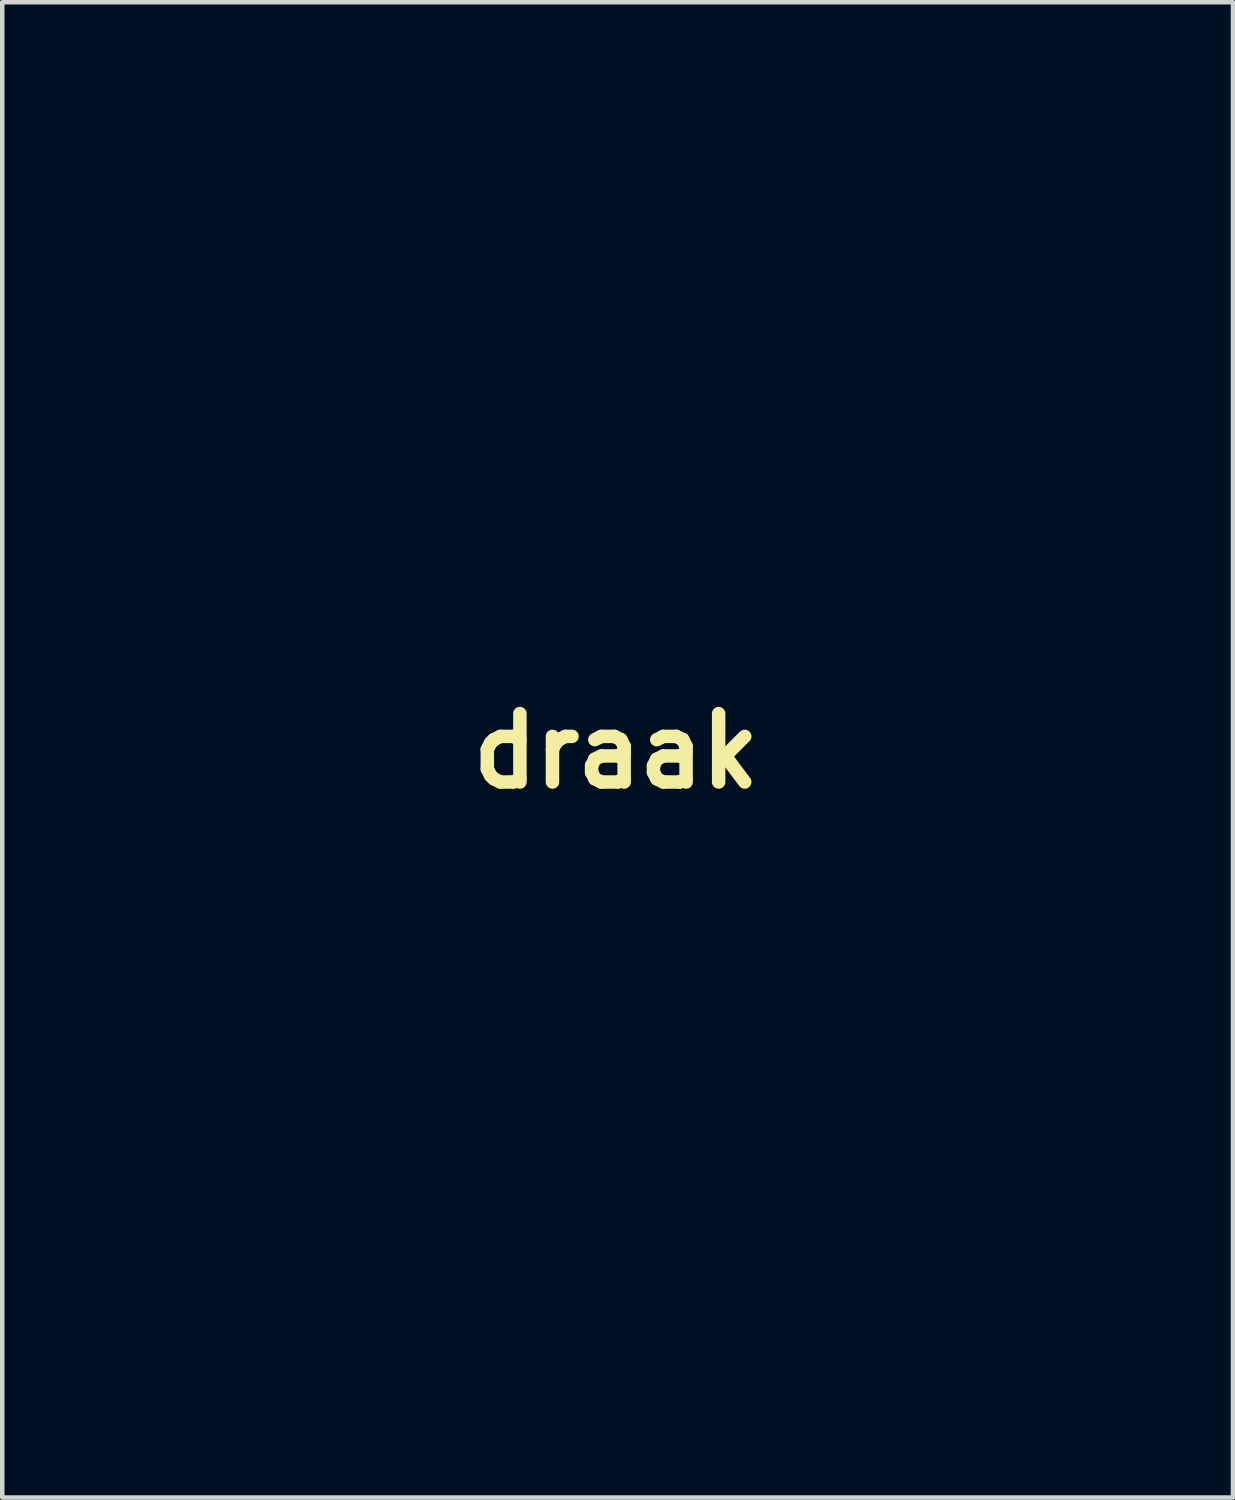
<source format=kicad_pcb>
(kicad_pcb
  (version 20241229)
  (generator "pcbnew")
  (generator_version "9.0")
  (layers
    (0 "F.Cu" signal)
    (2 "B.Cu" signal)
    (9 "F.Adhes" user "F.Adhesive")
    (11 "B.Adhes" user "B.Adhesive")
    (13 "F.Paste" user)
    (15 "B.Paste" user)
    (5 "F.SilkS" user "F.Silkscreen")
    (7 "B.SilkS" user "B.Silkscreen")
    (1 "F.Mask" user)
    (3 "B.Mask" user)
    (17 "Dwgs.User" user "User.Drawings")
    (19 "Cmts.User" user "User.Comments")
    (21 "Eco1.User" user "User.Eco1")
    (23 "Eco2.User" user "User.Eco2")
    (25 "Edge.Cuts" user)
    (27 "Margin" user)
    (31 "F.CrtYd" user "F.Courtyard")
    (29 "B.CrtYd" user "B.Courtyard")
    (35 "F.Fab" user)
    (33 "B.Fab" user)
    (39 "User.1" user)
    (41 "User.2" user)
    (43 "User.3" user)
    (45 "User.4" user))
  (footprint "draak"
    (layer "F.Cu")
    (at 10.671 13.679)
    (property "Reference" "draak" (at 0 0 0) (layer "F.SilkS") (effects (font (size 1.524 1.524) (thickness 0.3))))
    (attr through_hole)
    (fp_poly (pts (xy 6.999 -1.58) (xy 7.009 -1.48) (xy 6.999 -1.468) (xy 6.949 -1.479) (xy 6.943 -1.524) (xy 6.974 -1.594) (xy 6.999 -1.58)) (stroke (width 0.01) (type solid)) (fill yes) (layer "F.Mask"))
    (fp_poly (pts (xy 7.083 -1.122) (xy 7.095 -0.948) (xy 7.083 -0.91) (xy 7.053 -0.9) (xy 7.041 -1.016) (xy 7.054 -1.136) (xy 7.083 -1.122)) (stroke (width 0.01) (type solid)) (fill yes) (layer "F.Mask"))
    (fp_poly (pts (xy 1.85 -12.666) (xy 1.94 -12.587) (xy 1.947 -12.568) (xy 1.907 -12.533) (xy 1.823 -12.611) (xy 1.812 -12.628) (xy 1.802 -12.686) (xy 1.85 -12.666)) (stroke (width 0.01) (type solid)) (fill yes) (layer "F.Mask"))
    (fp_poly (pts (xy 7.173 -0.276) (xy 7.173 -0.274) (xy 7.187 0.002) (xy 7.172 0.234) (xy 7.155 0.281) (xy 7.143 0.18) (xy 7.138 -0.042) (xy 7.143 -0.26) (xy 7.156 -0.343) (xy 7.173 -0.276)) (stroke (width 0.01) (type solid)) (fill yes) (layer "F.Mask"))
    (fp_poly (pts (xy 5.889 -13.081) (xy 5.876 -12.813) (xy 5.882 -12.674) (xy 5.907 -12.682) (xy 5.913 -12.7) (xy 5.954 -12.799) (xy 5.985 -12.773) (xy 6.016 -12.605) (xy 6.034 -12.468) (xy 6.072 -12.245) (xy 6.141 -12.053) (xy 6.264 -11.85) (xy 6.466 -11.595) (xy 6.642 -11.389) (xy 7.197 -10.754) (xy 7.197 -9.994) (xy 7.201 -9.625) (xy 7.218 -9.388) (xy 7.256 -9.249) (xy 7.321 -9.172) (xy 7.36 -9.147) (xy 7.506 -9.077) (xy 7.562 -9.059) (xy 7.614 -9.13) (xy 7.703 -9.31) (xy 7.805 -9.546) (xy 7.899 -9.789) (xy 7.964 -9.986) (xy 7.975 -10.033) (xy 8.008 -10.112) (xy 8.054 -10.047) (xy 8.104 -9.906) (xy 8.183 -9.637) (xy 8.245 -9.394) (xy 8.246 -9.387) (xy 8.344 -9.2) (xy 8.465 -9.12) (xy 8.634 -9.019) (xy 8.698 -8.823) (xy 8.658 -8.514) (xy 8.613 -8.352) (xy 8.528 -7.908) (xy 8.549 -7.516) (xy 8.671 -7.215) (xy 8.706 -7.171) (xy 8.79 -7.031) (xy 8.777 -6.863) (xy 8.74 -6.757) (xy 8.676 -6.53) (xy 8.722 -6.401) (xy 8.904 -6.325) (xy 8.987 -6.305) (xy 9.154 -6.253) (xy 9.171 -6.196) (xy 9.134 -6.163) (xy 9.075 -6.109) (xy 9.163 -6.127) (xy 9.172 -6.13) (xy 9.368 -6.167) (xy 9.598 -6.181) (xy 9.801 -6.21) (xy 9.918 -6.331) (xy 9.969 -6.447) (xy 10.05 -6.619) (xy 10.126 -6.653) (xy 10.199 -6.607) (xy 10.281 -6.481) (xy 10.273 -6.412) (xy 10.273 -6.364) (xy 10.313 -6.382) (xy 10.416 -6.367) (xy 10.517 -6.241) (xy 10.591 -6.062) (xy 10.612 -5.887) (xy 10.579 -5.795) (xy 10.529 -5.673) (xy 10.559 -5.489) (xy 10.616 -5.333) (xy 10.727 -4.995) (xy 10.737 -4.776) (xy 10.644 -4.655) (xy 10.583 -4.632) (xy 10.5 -4.594) (xy 10.449 -4.51) (xy 10.424 -4.344) (xy 10.415 -4.061) (xy 10.414 -3.878) (xy 10.339 -2.972) (xy 10.118 -2.132) (xy 9.972 -1.783) (xy 9.791 -1.397) (xy 9.694 -2.056) (xy 9.416 -1.626) (xy 9.25 -1.403) (xy 9.036 -1.161) (xy 8.811 -0.935) (xy 8.61 -0.763) (xy 8.472 -0.68) (xy 8.454 -0.677) (xy 8.44 -0.755) (xy 8.429 -0.959) (xy 8.424 -1.248) (xy 8.424 -1.282) (xy 8.424 -1.887) (xy 7.461 -1.917) (xy 7.494 -1.191) (xy 7.506 -0.849) (xy 7.505 -0.673) (xy 7.491 -0.661) (xy 7.466 -0.811) (xy 7.431 -1.122) (xy 7.407 -1.367) (xy 7.373 -1.671) (xy 7.33 -1.845) (xy 7.262 -1.931) (xy 7.15 -1.969) (xy 7.149 -1.969) (xy 6.994 -1.97) (xy 6.943 -1.925) (xy 6.891 -1.904) (xy 6.802 -1.958) (xy 6.719 -2.013) (xy 6.688 -1.973) (xy 6.7 -1.808) (xy 6.716 -1.693) (xy 6.749 -1.39) (xy 6.778 -0.988) (xy 6.801 -0.524) (xy 6.818 -0.032) (xy 6.828 0.45) (xy 6.83 0.89) (xy 6.823 1.249) (xy 6.806 1.495) (xy 6.793 1.566) (xy 6.718 1.82) (xy 6.047 1.82) (xy 5.702 1.822) (xy 5.448 1.812) (xy 5.271 1.769) (xy 5.158 1.67) (xy 5.097 1.493) (xy 5.076 1.216) (xy 5.08 0.818) (xy 5.098 0.275) (xy 5.101 0.188) (xy 5.148 -1.312) (xy 4.903 0.127) (xy 4.823 0.615) (xy 4.757 1.057) (xy 4.708 1.422) (xy 4.681 1.676) (xy 4.678 1.775) (xy 4.718 1.906) (xy 4.833 2.004) (xy 5.062 2.097) (xy 5.165 2.13) (xy 5.763 2.259) (xy 6.346 2.253) (xy 6.974 2.114) (xy 7.531 1.942) (xy 7.562 0.78) (xy 7.57 0.531) (xy 7.575 0.444) (xy 7.578 0.511) (xy 7.578 0.726) (xy 7.575 1.081) (xy 7.571 1.439) (xy 7.539 2.559) (xy 7.472 3.538) (xy 7.366 4.403) (xy 7.216 5.181) (xy 7.019 5.898) (xy 6.806 6.492) (xy 6.712 6.735) (xy 6.657 6.923) (xy 6.638 7.106) (xy 6.653 7.334) (xy 6.698 7.656) (xy 6.728 7.847) (xy 6.803 8.299) (xy 6.889 8.777) (xy 6.97 9.199) (xy 6.994 9.313) (xy 7.129 9.948) (xy 7.65 10.296) (xy 7.978 10.504) (xy 8.319 10.701) (xy 8.572 10.832) (xy 8.808 10.971) (xy 9.051 11.16) (xy 9.28 11.372) (xy 9.469 11.581) (xy 9.596 11.763) (xy 9.637 11.89) (xy 9.57 11.938) (xy 9.522 12) (xy 9.535 12.06) (xy 9.497 12.154) (xy 9.336 12.226) (xy 9.097 12.265) (xy 8.825 12.262) (xy 8.706 12.244) (xy 8.48 12.234) (xy 8.33 12.285) (xy 8.201 12.316) (xy 7.939 12.328) (xy 7.579 12.322) (xy 7.156 12.302) (xy 6.705 12.27) (xy 6.261 12.229) (xy 5.858 12.181) (xy 5.533 12.129) (xy 5.318 12.076) (xy 5.27 12.054) (xy 5.107 11.91) (xy 4.922 11.689) (xy 4.857 11.597) (xy 4.828 11.557) (xy 8.954 11.557) (xy 9.103 11.792) (xy 9.216 11.939) (xy 9.294 11.984) (xy 9.299 11.981) (xy 9.278 11.897) (xy 9.163 11.758) (xy 9.15 11.745) (xy 8.954 11.557) (xy 4.828 11.557) (xy 4.723 11.409) (xy 4.603 11.308) (xy 4.436 11.268) (xy 4.164 11.261) (xy 4.137 11.261) (xy 3.9 11.256) (xy 3.743 11.226) (xy 3.663 11.146) (xy 3.656 10.993) (xy 3.716 10.742) (xy 3.841 10.369) (xy 3.937 10.1) (xy 4.059 9.755) (xy 4.157 9.476) (xy 4.219 9.297) (xy 4.233 9.249) (xy 4.164 9.273) (xy 3.981 9.357) (xy 3.72 9.484) (xy 3.662 9.513) (xy 2.853 9.872) (xy 2.012 10.163) (xy 1.697 10.25) (xy 1.478 10.314) (xy 1.404 10.365) (xy 1.454 10.42) (xy 1.467 10.428) (xy 1.585 10.543) (xy 1.743 10.757) (xy 1.872 10.967) (xy 2.025 11.215) (xy 2.183 11.392) (xy 2.396 11.541) (xy 2.713 11.706) (xy 2.737 11.718) (xy 3.126 11.936) (xy 3.493 12.195) (xy 3.717 12.393) (xy 4.09 12.775) (xy 3.862 12.832) (xy 3.692 12.913) (xy 3.657 13.057) (xy 3.658 13.07) (xy 3.659 13.158) (xy 3.611 13.213) (xy 3.482 13.246) (xy 3.24 13.264) (xy 2.97 13.275) (xy 2.566 13.3) (xy 2.309 13.345) (xy 2.176 13.413) (xy 2.165 13.425) (xy 2.034 13.515) (xy 1.823 13.586) (xy 1.605 13.622) (xy 1.45 13.608) (xy 1.43 13.594) (xy 1.33 13.567) (xy 1.096 13.532) (xy 0.766 13.494) (xy 0.414 13.461) (xy -0.55 13.38) (xy -1.016 12.884) (xy -1.259 12.635) (xy -1.426 12.493) (xy -1.553 12.437) (xy -1.672 12.445) (xy -1.693 12.451) (xy -1.904 12.513) (xy -2.188 12.593) (xy -2.307 12.626) (xy -2.539 12.708) (xy -2.685 12.795) (xy -2.709 12.836) (xy -2.778 12.949) (xy -2.843 12.987) (xy -3.077 13.03) (xy -3.4 13.035) (xy -3.738 13.006) (xy -4.016 12.944) (xy -4.029 12.94) (xy -4.235 12.885) (xy -4.369 12.919) (xy -4.443 12.982) (xy -4.65 13.085) (xy -4.962 13.117) (xy -5.329 13.077) (xy -5.63 12.994) (xy -5.898 12.931) (xy -6.272 12.888) (xy -6.69 12.871) (xy -6.706 12.871) (xy -7.442 12.869) (xy -7.589 12.383) (xy -7.59 12.378) (xy -4.787 12.378) (xy -4.779 12.404) (xy -4.706 12.634) (xy -4.675 12.74) (xy -4.625 12.833) (xy -4.594 12.809) (xy -4.61 12.673) (xy -4.695 12.479) (xy -4.699 12.472) (xy -4.716 12.446) (xy -3.096 12.446) (xy -3.096 12.508) (xy -3.048 12.615) (xy -2.961 12.748) (xy -2.915 12.785) (xy -2.916 12.722) (xy -2.963 12.615) (xy -3.051 12.482) (xy -3.096 12.446) (xy -4.716 12.446) (xy -4.745 12.404) (xy 1.512 12.404) (xy 1.703 12.764) (xy 1.836 13.004) (xy 1.911 13.107) (xy 1.943 13.086) (xy 1.947 13.018) (xy 1.895 12.889) (xy 1.768 12.704) (xy 1.729 12.658) (xy 1.584 12.488) (xy 3.165 12.488) (xy 3.224 12.615) (xy 3.35 12.846) (xy 3.467 13) (xy 3.527 13.039) (xy 3.522 12.977) (xy 3.481 12.89) (xy 3.361 12.706) (xy 3.261 12.573) (xy 3.168 12.463) (xy 3.165 12.488) (xy 1.584 12.488) (xy 1.512 12.404) (xy -4.745 12.404) (xy -4.774 12.359) (xy -4.787 12.378) (xy -7.59 12.378) (xy -7.611 12.319) (xy -3.217 12.319) (xy -3.175 12.361) (xy -3.133 12.319) (xy -3.175 12.277) (xy -3.217 12.319) (xy -7.611 12.319) (xy -7.687 12.103) (xy -7.79 11.886) (xy -7.854 11.797) (xy -7.984 11.721) (xy -8.228 11.606) (xy -8.54 11.473) (xy -8.664 11.423) (xy -8.977 11.297) (xy -9.223 11.197) (xy -9.365 11.136) (xy -9.385 11.126) (xy -9.362 11.047) (xy -9.257 10.875) (xy -9.184 10.772) (xy -4.941 10.772) (xy -4.835 10.822) (xy -4.689 10.837) (xy -4.196 10.91) (xy -3.671 11.119) (xy -3.302 11.342) (xy -2.983 11.552) (xy -2.775 11.655) (xy -2.661 11.656) (xy -2.625 11.561) (xy -2.625 11.555) (xy -2.702 11.444) (xy -2.887 11.373) (xy -3.117 11.27) (xy -3.234 11.079) (xy -3.364 10.879) (xy -3.375 10.875) (xy 1.139 10.875) (xy 1.141 10.926) (xy 1.15 10.952) (xy 1.257 11.071) (xy 1.442 11.177) (xy 1.608 11.27) (xy 1.654 11.398) (xy 1.634 11.545) (xy 1.583 11.811) (xy 1.754 11.603) (xy 1.926 11.396) (xy 1.619 11.175) (xy 1.355 10.989) (xy 1.203 10.892) (xy 1.139 10.875) (xy -3.375 10.875) (xy -3.501 10.831) (xy -3.672 10.821) (xy -3.954 10.799) (xy -4.29 10.77) (xy -4.332 10.766) (xy -4.632 10.746) (xy -4.847 10.746) (xy -4.941 10.764) (xy -4.941 10.772) (xy -9.184 10.772) (xy -9.097 10.648) (xy -8.909 10.402) (xy -8.721 10.176) (xy -8.596 10.041) (xy -8.315 9.76) (xy -8.391 9.483) (xy 2.385 9.483) (xy 2.659 9.483) (xy 2.903 9.458) (xy 3.213 9.395) (xy 3.368 9.353) (xy 3.67 9.251) (xy 3.816 9.174) (xy 3.803 9.125) (xy 3.628 9.11) (xy 3.488 9.116) (xy 3.18 9.129) (xy 3.007 9.097) (xy 2.961 9.017) (xy 3.979 9.017) (xy 4.022 9.059) (xy 4.064 9.017) (xy 4.022 8.975) (xy 3.979 9.017) (xy 2.961 9.017) (xy 2.944 8.987) (xy 2.963 8.767) (xy 2.964 8.763) (xy 4.445 8.763) (xy 4.784 8.518) (xy 5.034 8.321) (xy 5.329 8.069) (xy 5.531 7.883) (xy 5.794 7.601) (xy 6.022 7.3) (xy 6.188 7.021) (xy 6.264 6.807) (xy 6.265 6.781) (xy 6.207 6.741) (xy 6.069 6.778) (xy 5.904 6.864) (xy 5.765 6.972) (xy 5.707 7.067) (xy 5.631 7.257) (xy 5.455 7.539) (xy 5.2 7.884) (xy 4.885 8.265) (xy 4.826 8.333) (xy 4.445 8.763) (xy 2.964 8.763) (xy 3.009 8.537) (xy 3.063 8.261) (xy 3.097 8.061) (xy 3.103 7.985) (xy 3.062 8.049) (xy 2.968 8.235) (xy 2.835 8.511) (xy 2.735 8.725) (xy 2.385 9.483) (xy -8.391 9.483) (xy -8.454 9.252) (xy -8.543 8.981) (xy -8.662 8.746) (xy -8.841 8.5) (xy -9.111 8.196) (xy -9.175 8.127) (xy -9.579 7.663) (xy -9.855 7.251) (xy -10.02 6.857) (xy -10.09 6.445) (xy -10.095 6.223) (xy -10.031 5.665) (xy -9.86 5.009) (xy -9.798 4.841) (xy -4.7 4.841) (xy -4.692 4.931) (xy -4.64 5.134) (xy -4.57 5.362) (xy -4.485 5.672) (xy -4.393 6.099) (xy -4.302 6.59) (xy -4.222 7.093) (xy -4.161 7.556) (xy -4.131 7.885) (xy -4.121 7.934) (xy -4.107 7.834) (xy -4.093 7.607) (xy -4.084 7.408) (xy -4.081 6.988) (xy -4.102 6.56) (xy -4.108 6.496) (xy 3.558 6.496) (xy 3.625 6.548) (xy 3.793 6.638) (xy 4.009 6.74) (xy 4.217 6.828) (xy 4.317 6.864) (xy 4.528 6.914) (xy 4.737 6.926) (xy 4.988 6.894) (xy 5.325 6.815) (xy 5.642 6.726) (xy 5.996 6.617) (xy 6.304 6.51) (xy 6.518 6.422) (xy 6.568 6.395) (xy 6.7 6.233) (xy 6.838 5.925) (xy 6.978 5.495) (xy 7.113 4.967) (xy 7.238 4.363) (xy 7.346 3.708) (xy 7.432 3.024) (xy 7.439 2.954) (xy 7.471 2.608) (xy 7.492 2.333) (xy 7.499 2.166) (xy 7.496 2.135) (xy 7.412 2.148) (xy 7.259 2.208) (xy 7.116 2.295) (xy 7.086 2.414) (xy 7.122 2.571) (xy 7.155 2.852) (xy 7.132 3.259) (xy 7.105 3.471) (xy 7.035 3.89) (xy 6.974 4.141) (xy 6.923 4.226) (xy 6.884 4.143) (xy 6.857 3.892) (xy 6.845 3.598) (xy 6.835 3.283) (xy 6.823 3.137) (xy 6.811 3.16) (xy 6.8 3.302) (xy 6.727 4.15) (xy 6.615 4.87) (xy 6.467 5.452) (xy 6.284 5.886) (xy 6.086 6.148) (xy 5.907 6.245) (xy 5.638 6.327) (xy 5.48 6.356) (xy 5.178 6.374) (xy 4.84 6.361) (xy 4.518 6.322) (xy 4.265 6.264) (xy 4.139 6.201) (xy 4.132 6.099) (xy 4.153 5.863) (xy 4.2 5.528) (xy 4.267 5.125) (xy 4.283 5.038) (xy 4.358 4.617) (xy 4.42 4.251) (xy 4.463 3.974) (xy 4.481 3.821) (xy 4.481 3.81) (xy 4.455 3.858) (xy 4.386 4.036) (xy 4.286 4.315) (xy 4.163 4.662) (xy 4.029 5.048) (xy 3.895 5.442) (xy 3.77 5.814) (xy 3.665 6.134) (xy 3.591 6.369) (xy 3.558 6.492) (xy 3.558 6.496) (xy -4.108 6.496) (xy -4.14 6.203) (xy -4.151 6.141) (xy -4.155 6.128) (xy 1.999 6.128) (xy 2.034 6.124) (xy 2.118 6.052) (xy 2.249 5.883) (xy 2.381 5.633) (xy 2.42 5.54) (xy 2.507 5.23) (xy 2.5 4.955) (xy 2.478 4.852) (xy 2.397 4.53) (xy 2.331 4.953) (xy 2.256 5.305) (xy 2.149 5.678) (xy 2.111 5.787) (xy 2.024 6.024) (xy 1.999 6.128) (xy -4.155 6.128) (xy -4.217 5.881) (xy -4.315 5.587) (xy -4.428 5.296) (xy -4.541 5.049) (xy -4.636 4.884) (xy -4.698 4.839) (xy -4.7 4.841) (xy -9.798 4.841) (xy -9.592 4.279) (xy -9.239 3.501) (xy -9.189 3.409) (xy -6.435 3.409) (xy -6.42 3.571) (xy -6.352 3.596) (xy -6.271 3.559) (xy -6.055 3.489) (xy -5.89 3.471) (xy -5.723 3.436) (xy -5.673 3.305) (xy -5.673 3.289) (xy -5.664 3.165) (xy -5.611 3.167) (xy -5.497 3.266) (xy -5.361 3.42) (xy -5.182 3.665) (xy -5.019 3.914) (xy -4.86 4.159) (xy -4.731 4.335) (xy -4.66 4.403) (xy -4.66 4.403) (xy -4.552 4.388) (xy -4.331 4.351) (xy -4.107 4.311) (xy -3.706 4.207) (xy -3.411 4.067) (xy -3.246 3.907) (xy -3.22 3.817) (xy -3.262 3.685) (xy -3.306 3.598) (xy 4.487 3.598) (xy 4.53 3.641) (xy 4.572 3.598) (xy 4.53 3.556) (xy 4.487 3.598) (xy -3.306 3.598) (xy -3.373 3.467) (xy -3.482 3.285) (xy -3.618 3.057) (xy -3.698 2.891) (xy -3.708 2.833) (xy -3.612 2.829) (xy -3.39 2.851) (xy -3.082 2.896) (xy -2.926 2.923) (xy -2.183 3.052) (xy -1.516 2.555) (xy -1.334 2.413) (xy 2.286 2.413) (xy 2.328 2.455) (xy 2.371 2.413) (xy 2.328 2.371) (xy 2.286 2.413) (xy -1.334 2.413) (xy -1.24 2.339) (xy -1.031 2.159) (xy -0.916 2.038) (xy -0.905 2.002) (xy -1.019 1.965) (xy -1.227 1.947) (xy -1.263 1.946) (xy -1.557 1.922) (xy -1.697 1.856) (xy -1.679 1.753) (xy -1.565 1.658) (xy -1.414 1.515) (xy -1.388 1.391) (xy -1.372 1.301) (xy -1.217 1.27) (xy -1.192 1.27) (xy -0.992 1.216) (xy -0.764 1.083) (xy -0.562 0.912) (xy -0.439 0.744) (xy -0.423 0.679) (xy -0.485 0.551) (xy -0.651 0.345) (xy -0.894 0.09) (xy -1.184 -0.187) (xy -1.494 -0.459) (xy -1.794 -0.696) (xy -1.808 -0.706) (xy 1.3 -0.706) (xy 1.335 -0.561) (xy 1.412 -0.385) (xy 1.51 -0.193) (xy 1.568 -0.138) (xy 1.62 -0.204) (xy 1.645 -0.257) (xy 1.679 -0.416) (xy 1.593 -0.55) (xy 1.53 -0.605) (xy 1.364 -0.719) (xy 1.3 -0.706) (xy -1.808 -0.706) (xy -1.946 -0.803) (xy -2.305 -1.028) (xy -2.714 -1.263) (xy -3.128 -1.484) (xy -3.504 -1.668) (xy -3.797 -1.793) (xy -3.873 -1.818) (xy -4.01 -1.835) (xy -4.06 -1.747) (xy -4.065 -1.636) (xy -4.128 -1.315) (xy -4.311 -0.889) (xy -4.611 -0.365) (xy -5.023 0.248) (xy -5.113 0.373) (xy -5.373 0.739) (xy -5.612 1.091) (xy -5.802 1.388) (xy -5.913 1.579) (xy -6.04 1.875) (xy -6.171 2.254) (xy -6.29 2.66) (xy -6.382 3.038) (xy -6.431 3.334) (xy -6.435 3.409) (xy -9.189 3.409) (xy -8.809 2.7) (xy -8.695 2.515) (xy -6.477 2.515) (xy -6.472 2.55) (xy -6.42 2.447) (xy -6.331 2.227) (xy -6.273 2.076) (xy -6.163 1.767) (xy -6.084 1.525) (xy -6.05 1.388) (xy -6.051 1.372) (xy -6.093 1.425) (xy -6.169 1.596) (xy -6.263 1.837) (xy -6.358 2.105) (xy -6.436 2.354) (xy -6.477 2.515) (xy -8.695 2.515) (xy -8.314 1.899) (xy -8.287 1.859) (xy -8.008 1.475) (xy -7.643 1.02) (xy -7.229 0.539) (xy -6.803 0.078) (xy -6.757 0.031) (xy -6.306 -0.443) (xy -5.975 -0.818) (xy -5.757 -1.108) (xy -5.648 -1.33) (xy -5.642 -1.496) (xy -5.733 -1.624) (xy -5.915 -1.726) (xy -6.073 -1.784) (xy -6.67 -1.895) (xy -7.288 -1.849) (xy -7.912 -1.656) (xy -8.526 -1.325) (xy -9.116 -0.865) (xy -9.666 -0.284) (xy -10.162 0.408) (xy -10.377 0.779) (xy -10.515 1.025) (xy -10.618 1.187) (xy -10.665 1.233) (xy -10.666 1.228) (xy -10.646 1.114) (xy -10.591 0.877) (xy -10.51 0.557) (xy -10.456 0.355) (xy -10.085 -0.743) (xy -9.583 -1.769) (xy -9.346 -2.127) (xy -4.106 -2.127) (xy -4.106 -2.115) (xy -4.02 -2.128) (xy -3.997 -2.137) (xy -3.435 -2.137) (xy -3.351 -2.123) (xy -3.242 -2.139) (xy -3.24 -2.168) (xy -3.354 -2.188) (xy -3.403 -2.175) (xy -3.435 -2.137) (xy -3.997 -2.137) (xy -3.818 -2.209) (xy -3.53 -2.345) (xy -3.185 -2.52) (xy -2.813 -2.719) (xy -2.445 -2.926) (xy -2.428 -2.936) (xy 0.85 -2.936) (xy 0.865 -2.443) (xy 0.915 -1.961) (xy 0.939 -1.815) (xy 1.004 -1.489) (xy 1.058 -1.299) (xy 1.119 -1.216) (xy 1.203 -1.207) (xy 1.256 -1.221) (xy 1.424 -1.265) (xy 1.675 -1.324) (xy 1.769 -1.345) (xy 2.011 -1.419) (xy 2.18 -1.506) (xy 2.212 -1.539) (xy 2.289 -1.7) (xy 2.388 -1.961) (xy 2.483 -2.244) (xy 9.991 -2.244) (xy 10.033 -2.201) (xy 10.075 -2.244) (xy 10.033 -2.286) (xy 9.991 -2.244) (xy 2.483 -2.244) (xy 2.495 -2.279) (xy 2.599 -2.614) (xy 2.686 -2.921) (xy 2.734 -3.124) (xy 5.19 -3.124) (xy 5.242 -2.948) (xy 5.436 -2.794) (xy 5.608 -2.708) (xy 5.907 -2.585) (xy 6.094 -2.547) (xy 6.197 -2.588) (xy 6.214 -2.61) (xy 6.17 -2.682) (xy 6.011 -2.793) (xy 5.87 -2.868) (xy 5.642 -2.987) (xy 5.535 -3.085) (xy 5.513 -3.214) (xy 5.531 -3.354) (xy 5.537 -3.56) (xy 5.477 -3.621) (xy 5.371 -3.535) (xy 5.263 -3.354) (xy 5.19 -3.124) (xy 2.734 -3.124) (xy 2.742 -3.161) (xy 2.756 -3.291) (xy 2.754 -3.299) (xy 2.649 -3.367) (xy 2.432 -3.456) (xy 2.222 -3.524) (xy 1.743 -3.663) (xy 1.993 -3.863) (xy 2.206 -4.012) (xy 2.497 -4.191) (xy 2.731 -4.322) (xy 2.98 -4.465) (xy 3.155 -4.585) (xy 3.217 -4.653) (xy 3.138 -4.748) (xy 2.914 -4.808) (xy 2.618 -4.826) (xy 2.402 -4.814) (xy 2.308 -4.757) (xy 2.286 -4.625) (xy 2.286 -4.614) (xy 2.273 -4.492) (xy 2.207 -4.429) (xy 2.046 -4.406) (xy 1.835 -4.403) (xy 1.446 -4.351) (xy 1.171 -4.185) (xy 0.986 -3.884) (xy 0.929 -3.718) (xy 0.872 -3.38) (xy 0.85 -2.936) (xy -2.428 -2.936) (xy -2.11 -3.126) (xy -2.053 -3.161) (xy -1.814 -3.321) (xy -1.708 -3.411) (xy -1.722 -3.436) (xy -1.837 -3.405) (xy -2.038 -3.324) (xy -2.309 -3.2) (xy -2.634 -3.039) (xy -2.996 -2.848) (xy -3.379 -2.635) (xy -3.576 -2.52) (xy -3.839 -2.354) (xy -4.026 -2.215) (xy -4.106 -2.127) (xy -9.346 -2.127) (xy -8.965 -2.702) (xy -8.242 -3.523) (xy -7.857 -3.862) (xy -7.608 -3.862) (xy -7.581 -3.813) (xy -7.544 -3.81) (xy -7.453 -3.878) (xy -7.415 -3.949) (xy -7.394 -4.04) (xy -7.466 -4.001) (xy -7.491 -3.981) (xy -7.608 -3.862) (xy -7.857 -3.862) (xy -7.647 -4.045) (xy -7.406 -4.209) (xy -7.27 -4.239) (xy -7.237 -4.136) (xy -7.307 -3.9) (xy -7.314 -3.882) (xy -7.446 -3.552) (xy -7.503 -3.363) (xy -7.48 -3.298) (xy -7.368 -3.345) (xy -7.161 -3.486) (xy -7.133 -3.506) (xy -6.814 -3.714) (xy -6.512 -3.883) (xy -6.011 -3.883) (xy -5.95 -3.856) (xy -5.835 -3.899) (xy -5.713 -3.984) (xy -5.696 -4.031) (xy -5.8 -4.039) (xy -5.937 -3.977) (xy -6.011 -3.889) (xy -6.011 -3.883) (xy -6.512 -3.883) (xy -6.44 -3.923) (xy -6.059 -4.11) (xy -5.717 -4.254) (xy -5.461 -4.332) (xy -5.428 -4.337) (xy -5.255 -4.332) (xy -5.212 -4.261) (xy -5.302 -4.118) (xy -5.53 -3.898) (xy -5.899 -3.597) (xy -6.023 -3.501) (xy -6.891 -2.836) (xy -6.091 -2.782) (xy -5.687 -2.742) (xy -5.299 -2.682) (xy -4.992 -2.612) (xy -4.911 -2.586) (xy -4.603 -2.479) (xy -4.404 -2.454) (xy -4.263 -2.526) (xy -4.132 -2.716) (xy -4.027 -2.915) (xy -3.888 -3.21) (xy -3.886 -3.217) (xy -3.725 -3.217) (xy -3.694 -3.148) (xy -3.669 -3.161) (xy -3.659 -3.261) (xy -3.669 -3.274) (xy -3.719 -3.262) (xy -3.725 -3.217) (xy -3.886 -3.217) (xy -3.808 -3.47) (xy -3.78 -3.694) (xy -3.591 -3.694) (xy -3.586 -3.526) (xy -3.564 -3.489) (xy -3.522 -3.563) (xy -3.499 -3.618) (xy -3.425 -3.858) (xy -3.359 -4.168) (xy -3.339 -4.296) (xy -3.32 -4.584) (xy -3.351 -4.751) (xy -3.371 -4.774) (xy -3.459 -4.791) (xy -3.519 -4.701) (xy -3.558 -4.485) (xy -3.581 -4.125) (xy -3.584 -4.01) (xy -3.591 -3.694) (xy -3.78 -3.694) (xy -3.771 -3.766) (xy -3.761 -4.091) (xy -3.75 -4.455) (xy -3.718 -4.687) (xy -3.661 -4.821) (xy -3.613 -4.868) (xy -3.487 -4.984) (xy -3.515 -5.033) (xy -3.67 -5.019) (xy -3.779 -5.023) (xy -3.905 -5.091) (xy -4.071 -5.244) (xy -4.303 -5.503) (xy -4.435 -5.66) (xy -5.277 -6.573) (xy -6.126 -7.346) (xy -5.781 -7.346) (xy -5.738 -7.28) (xy -5.596 -7.121) (xy -5.368 -6.883) (xy -5.23 -6.743) (xy -4.899 -6.403) (xy -4.587 -6.069) (xy -4.326 -5.776) (xy -4.15 -5.56) (xy -4.136 -5.541) (xy -3.942 -5.313) (xy -3.769 -5.182) (xy -3.703 -5.165) (xy -3.632 -5.185) (xy -3.646 -5.261) (xy -3.655 -5.274) (xy 1.985 -5.274) (xy 1.996 -5.238) (xy 2.091 -5.2) (xy 2.216 -5.309) (xy 2.294 -5.434) (xy 2.347 -5.554) (xy 2.301 -5.558) (xy 2.273 -5.543) (xy 2.052 -5.391) (xy 1.985 -5.274) (xy -3.655 -5.274) (xy -3.757 -5.42) (xy -3.894 -5.587) (xy -3.99 -5.693) (xy 2.273 -5.693) (xy 3.04 -6.085) (xy 3.391 -6.27) (xy 3.485 -6.326) (xy 8.057 -6.326) (xy 8.078 -6.278) (xy 8.163 -6.188) (xy 8.212 -6.206) (xy 8.213 -6.218) (xy 8.153 -6.29) (xy 8.115 -6.316) (xy 8.057 -6.326) (xy 3.485 -6.326) (xy 3.613 -6.403) (xy 3.729 -6.503) (xy 3.733 -6.512) (xy 8.313 -6.512) (xy 8.338 -6.472) (xy 8.508 -6.351) (xy 8.509 -6.35) (xy 8.713 -6.236) (xy 8.874 -6.182) (xy 8.887 -6.181) (xy 8.896 -6.213) (xy 8.779 -6.295) (xy 8.678 -6.35) (xy 8.428 -6.471) (xy 8.313 -6.512) (xy 3.733 -6.512) (xy 3.764 -6.59) (xy 3.756 -6.646) (xy 3.702 -6.798) (xy 3.698 -6.805) (xy 4.814 -6.805) (xy 4.927 -6.79) (xy 4.953 -6.79) (xy 5.098 -6.799) (xy 5.11 -6.825) (xy 5.103 -6.829) (xy 4.935 -6.846) (xy 4.849 -6.832) (xy 4.814 -6.805) (xy 3.698 -6.805) (xy 3.676 -6.847) (xy 3.596 -6.821) (xy 3.424 -6.71) (xy 3.197 -6.542) (xy 2.948 -6.343) (xy 2.715 -6.141) (xy 2.555 -5.986) (xy 2.273 -5.693) (xy -3.99 -5.693) (xy -4.192 -5.915) (xy -4.577 -6.302) (xy -5.004 -6.702) (xy -5.425 -7.071) (xy -5.715 -7.307) (xy -5.781 -7.346) (xy -6.126 -7.346) (xy -6.252 -7.46) (xy -6.643 -7.765) (xy -6.336 -7.765) (xy -6.316 -7.718) (xy -6.231 -7.627) (xy -6.181 -7.646) (xy -6.181 -7.657) (xy -6.241 -7.729) (xy -6.278 -7.755) (xy -6.336 -7.765) (xy -6.643 -7.765) (xy -7.322 -8.294) (xy -8.452 -9.047) (xy -9.604 -9.691) (xy -9.837 -9.805) (xy -10.133 -9.954) (xy -10.36 -10.083) (xy -10.482 -10.169) (xy -10.494 -10.187) (xy -10.415 -10.215) (xy -10.183 -10.22) (xy -9.811 -10.201) (xy -9.314 -10.159) (xy -8.704 -10.097) (xy -8.086 -10.024) (xy -6.453 -9.759) (xy -4.884 -9.372) (xy -3.395 -8.87) (xy -1.999 -8.259) (xy -0.712 -7.545) (xy 0.452 -6.734) (xy 0.91 -6.358) (xy 1.172 -6.136) (xy 1.378 -5.972) (xy 1.501 -5.885) (xy 1.524 -5.88) (xy 1.494 -5.985) (xy 1.421 -6.179) (xy 1.403 -6.221) (xy 1.277 -6.427) (xy 1.063 -6.605) (xy 0.793 -6.758) (xy 0.431 -6.941) (xy 5.545 -6.941) (xy 5.572 -6.851) (xy 5.688 -6.778) (xy 5.852 -6.726) (xy 6.007 -6.694) (xy 6.096 -6.693) (xy 6.089 -6.714) (xy 6.037 -6.748) (xy 6.562 -6.748) (xy 6.855 -6.804) (xy 7.074 -6.863) (xy 7.217 -6.93) (xy 7.224 -6.936) (xy 7.249 -7.064) (xy 7.231 -7.154) (xy 8.382 -7.154) (xy 8.424 -7.112) (xy 8.467 -7.154) (xy 8.424 -7.197) (xy 8.382 -7.154) (xy 7.231 -7.154) (xy 7.206 -7.287) (xy 7.19 -7.337) (xy 7.081 -7.662) (xy 7.018 -7.368) (xy 6.919 -7.116) (xy 6.764 -6.915) (xy 6.759 -6.911) (xy 6.562 -6.748) (xy 6.037 -6.748) (xy 5.821 -6.886) (xy 5.63 -6.962) (xy 5.545 -6.941) (xy 0.431 -6.941) (xy 0.304 -7.005) (xy 0.574 -7.145) (xy 0.813 -7.293) (xy 1.074 -7.489) (xy 1.142 -7.546) (xy 1.184 -7.591) (xy 6.026 -7.591) (xy 6.027 -7.422) (xy 6.1 -7.375) (xy 6.153 -7.381) (xy 6.281 -7.482) (xy 6.308 -7.621) (xy 6.297 -7.662) (xy 6.519 -7.662) (xy 6.562 -7.62) (xy 6.604 -7.662) (xy 6.562 -7.705) (xy 6.519 -7.662) (xy 6.297 -7.662) (xy 6.266 -7.789) (xy 8.297 -7.789) (xy 8.328 -7.72) (xy 8.354 -7.733) (xy 8.364 -7.833) (xy 8.354 -7.846) (xy 8.303 -7.834) (xy 8.297 -7.789) (xy 6.266 -7.789) (xy 6.265 -7.792) (xy 6.17 -7.832) (xy 6.073 -7.748) (xy 6.026 -7.591) (xy 1.184 -7.591) (xy 1.333 -7.751) (xy 1.423 -7.966) (xy 1.411 -8.224) (xy 1.299 -8.558) (xy 1.142 -8.891) (xy 0.846 -9.481) (xy 1.268 -9.314) (xy 1.562 -9.189) (xy 1.927 -9.022) (xy 2.284 -8.849) (xy 2.284 -8.848) (xy 2.562 -8.715) (xy 2.77 -8.626) (xy 2.873 -8.596) (xy 2.879 -8.6) (xy 2.828 -8.688) (xy 2.697 -8.859) (xy 2.577 -9.003) (xy 2.276 -9.355) (xy 2.98 -9.527) (xy 2.555 -9.706) (xy 2.329 -9.823) (xy 4.757 -9.823) (xy 4.779 -9.7) (xy 4.839 -9.48) (xy 4.943 -9.14) (xy 5.046 -8.814) (xy 5.105 -8.736) (xy 5.133 -8.745) (xy 5.133 -8.763) (xy 7.62 -8.763) (xy 7.662 -8.721) (xy 7.701 -8.76) (xy 8.382 -8.76) (xy 8.391 -8.562) (xy 8.43 -8.505) (xy 8.513 -8.555) (xy 8.611 -8.723) (xy 8.619 -8.834) (xy 8.558 -9.01) (xy 8.474 -9.039) (xy 8.404 -8.932) (xy 8.382 -8.76) (xy 7.701 -8.76) (xy 7.705 -8.763) (xy 7.662 -8.805) (xy 7.62 -8.763) (xy 5.133 -8.763) (xy 5.133 -8.844) (xy 5.085 -9.057) (xy 5.021 -9.273) (xy 6.604 -9.273) (xy 6.67 -9.216) (xy 6.83 -9.117) (xy 7.025 -9.01) (xy 7.197 -8.925) (xy 7.281 -8.896) (xy 7.253 -8.944) (xy 7.131 -9.064) (xy 7.086 -9.104) (xy 6.897 -9.239) (xy 6.726 -9.312) (xy 6.619 -9.308) (xy 6.604 -9.273) (xy 5.021 -9.273) (xy 5.001 -9.34) (xy 4.995 -9.356) (xy 4.898 -9.626) (xy 4.817 -9.812) (xy 4.768 -9.876) (xy 4.766 -9.875) (xy 4.757 -9.823) (xy 2.329 -9.823) (xy 2.262 -9.858) (xy 2.069 -10.044) (xy 2.05 -10.075) (xy 4.657 -10.075) (xy 4.688 -10.006) (xy 4.713 -10.019) (xy 4.723 -10.119) (xy 4.713 -10.132) (xy 4.663 -10.12) (xy 4.657 -10.075) (xy 2.05 -10.075) (xy 1.941 -10.256) (xy 1.717 -10.794) (xy 1.583 -11.378) (xy 1.528 -12.056) (xy 1.525 -12.255) (xy 1.536 -12.665) (xy 1.567 -12.929) (xy 1.617 -13.042) (xy 1.685 -12.996) (xy 1.726 -12.907) (xy 1.732 -12.82) (xy 1.686 -12.831) (xy 1.667 -12.799) (xy 1.718 -12.656) (xy 1.771 -12.545) (xy 1.886 -12.343) (xy 1.993 -12.194) (xy 2.07 -12.119) (xy 2.094 -12.139) (xy 2.043 -12.275) (xy 2.037 -12.288) (xy 2.015 -12.364) (xy 2.085 -12.304) (xy 2.177 -12.194) (xy 2.482 -11.83) (xy 2.745 -11.572) (xy 3.015 -11.381) (xy 3.344 -11.222) (xy 3.683 -11.092) (xy 4.027 -10.961) (xy 4.316 -10.84) (xy 4.509 -10.745) (xy 4.557 -10.712) (xy 4.642 -10.581) (xy 4.755 -10.343) (xy 4.865 -10.066) (xy 5.004 -9.734) (xy 5.124 -9.562) (xy 5.198 -9.532) (xy 5.373 -9.541) (xy 5.616 -9.552) (xy 5.641 -9.553) (xy 5.842 -9.572) (xy 5.915 -9.635) (xy 5.904 -9.787) (xy 5.895 -9.83) (xy 5.813 -10.036) (xy 5.763 -10.118) (xy 7.027 -10.118) (xy 7.07 -10.075) (xy 7.112 -10.118) (xy 7.07 -10.16) (xy 7.027 -10.118) (xy 5.763 -10.118) (xy 5.652 -10.3) (xy 5.492 -10.512) (xy 5.207 -10.853) (xy 6.913 -10.853) (xy 6.926 -10.702) (xy 6.928 -10.696) (xy 6.967 -10.553) (xy 6.999 -10.57) (xy 7.01 -10.613) (xy 6.999 -10.786) (xy 6.961 -10.853) (xy 6.913 -10.853) (xy 5.207 -10.853) (xy 5.141 -10.932) (xy 5.19 -11.541) (xy 5.313 -12.338) (xy 5.54 -13.01) (xy 5.716 -13.335) (xy 5.932 -13.674) (xy 5.889 -13.081)) (stroke (width 0.01) (type solid)) (fill yes) (layer "F.Mask")))
  (gr_rect
    (start -3 -3)
    (end 24.413 30.306)
    (stroke (width 0.1) (type default))
    (fill no)
    (layer "Edge.Cuts")))
</source>
